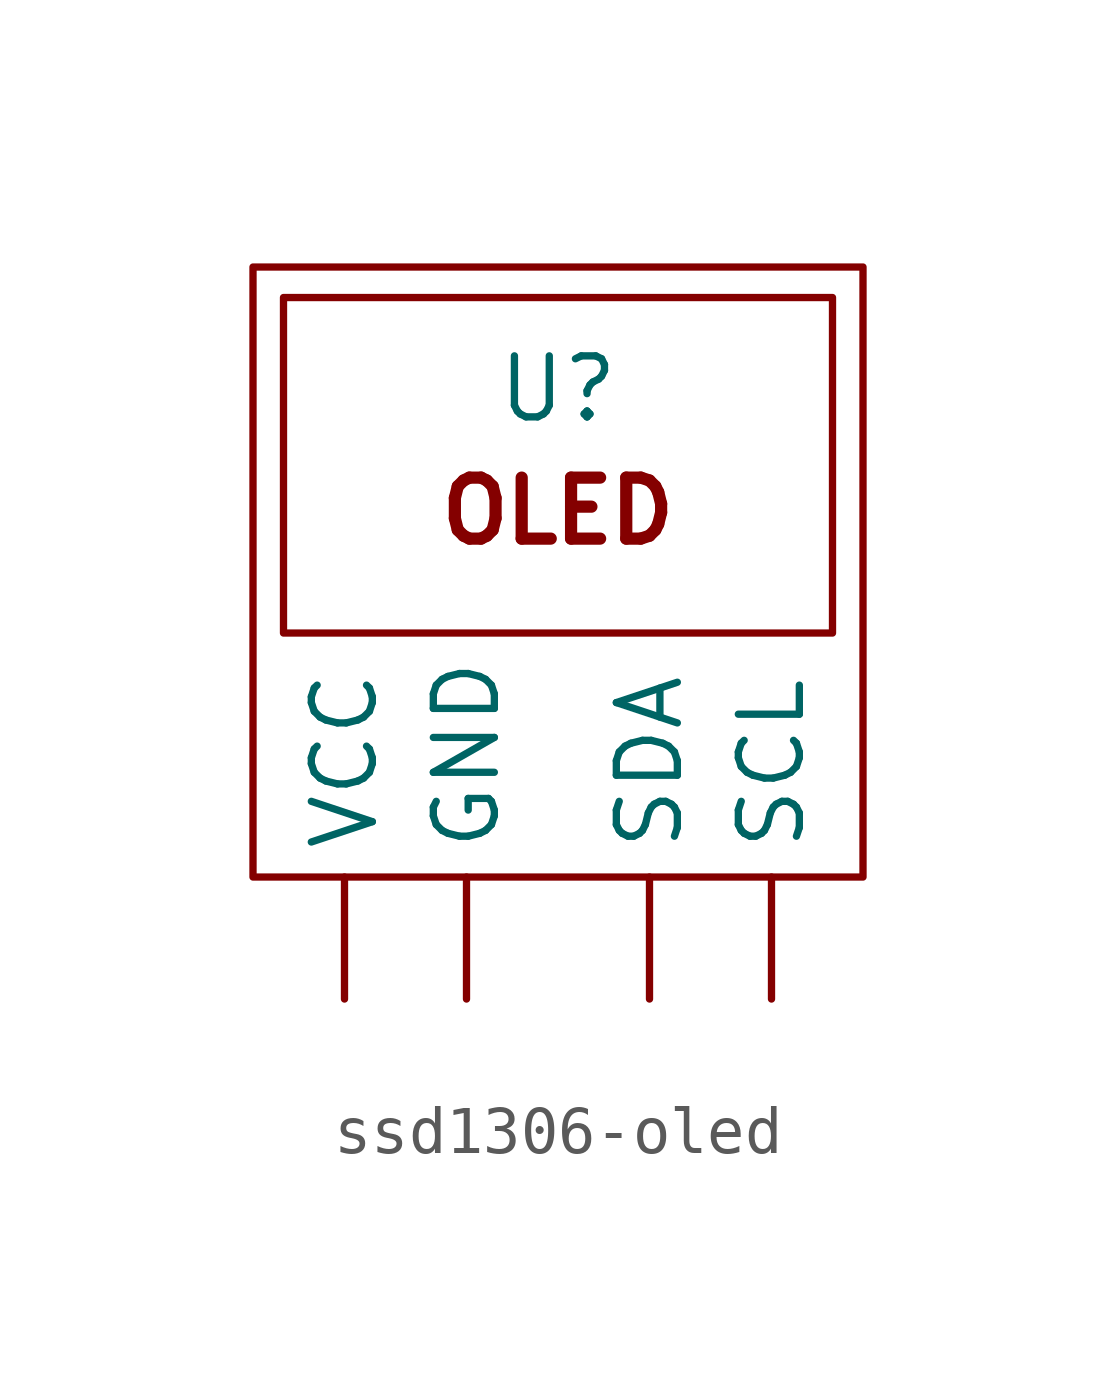
<source format=kicad_sym>
(kicad_symbol_lib
  (version 20220914)
  (generator kicad_symbol_editor)
  (symbol "ssd1306-oled"
    (property "Reference" "U"
      (at 0 0.635 0)
      (effects (font (size 1.27 1.27))))
    (property "Value" ""
      (at 0 0 0)
      (effects (font (size 1.27 1.27))))
    (symbol "ssd1306-oled_0_1"
      (rectangle (start -6.35 3.175) (end 6.35 -9.525) (stroke (width 0) (type default)) (fill (type none)))
      (rectangle (start -5.715 2.54) (end 5.715 -4.445) (stroke (width 0) (type default)) (fill (type none))))
    (symbol "ssd1306-oled_1_1"
      (text "OLED" (at 0 -1.905 0) (effects (font (size 1.27 1.27) bold)))
      (pin power_in line (at -1.905 -12.065 90) (length 2.54) (name "GND" (effects (font (size 1.27 1.27)))) (number "" (effects (font (size 1.27 1.27)))))
      (pin bidirectional line (at 4.445 -12.065 90) (length 2.54) (name "SCL" (effects (font (size 1.27 1.27)))) (number "" (effects (font (size 1.27 1.27)))))
      (pin bidirectional line (at 1.905 -12.065 90) (length 2.54) (name "SDA" (effects (font (size 1.27 1.27)))) (number "" (effects (font (size 1.27 1.27)))))
      (pin power_in line (at -4.445 -12.065 90) (length 2.54) (name "VCC" (effects (font (size 1.27 1.27)))) (number "" (effects (font (size 1.27 1.27))))))))
</source>
